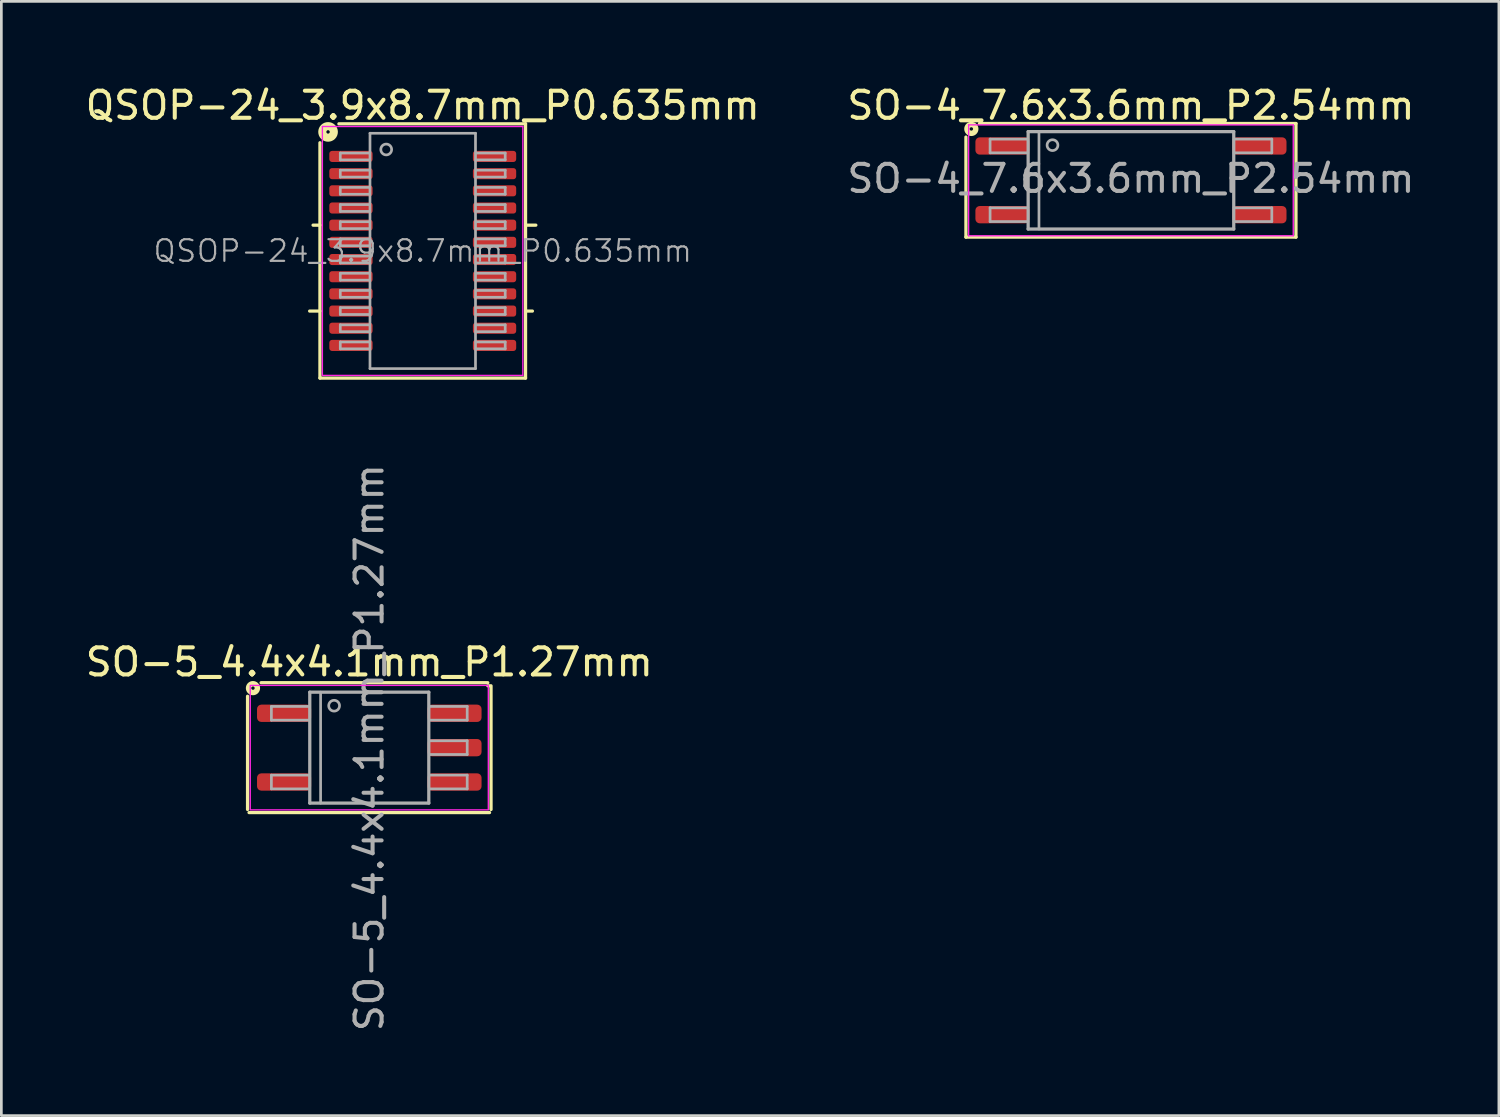
<source format=kicad_pcb>
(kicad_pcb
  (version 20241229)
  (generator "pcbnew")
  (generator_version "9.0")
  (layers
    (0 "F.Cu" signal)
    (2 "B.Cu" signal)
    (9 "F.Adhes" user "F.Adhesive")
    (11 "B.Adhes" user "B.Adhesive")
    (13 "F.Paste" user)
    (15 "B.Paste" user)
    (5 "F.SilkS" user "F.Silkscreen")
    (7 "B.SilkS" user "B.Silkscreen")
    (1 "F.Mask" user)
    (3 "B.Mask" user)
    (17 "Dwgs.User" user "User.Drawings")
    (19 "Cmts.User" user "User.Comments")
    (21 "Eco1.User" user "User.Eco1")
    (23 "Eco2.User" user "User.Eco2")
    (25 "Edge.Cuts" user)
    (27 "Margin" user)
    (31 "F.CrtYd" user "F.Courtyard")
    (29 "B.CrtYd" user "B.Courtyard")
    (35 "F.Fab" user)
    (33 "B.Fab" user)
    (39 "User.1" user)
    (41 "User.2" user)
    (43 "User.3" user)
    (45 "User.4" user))
  (footprint "QSOP-24_3.9x8.7mm_P0.635mm"
    (layer "F.Cu")
    (at 12.577 6.226)
    (property "Reference" "QSOP-24_3.9x8.7mm_P0.635mm" (at 0 -5.378 0) (layer "F.SilkS") (effects (font (size 1 1) (thickness 0.15))))
    (attr smd)
    (fp_line (start -3.8 -4) (end -3.8 4.7) (stroke (width 0.12) (type solid)) (layer "F.SilkS"))
    (fp_line (start -3.8 -0.953) (end -4.054 -0.953) (stroke (width 0.12) (type solid)) (layer "F.SilkS"))
    (fp_line (start -3.8 2.223) (end -4.181 2.223) (stroke (width 0.12) (type solid)) (layer "F.SilkS"))
    (fp_line (start -3.8 4.7) (end 3.8 4.7) (stroke (width 0.12) (type solid)) (layer "F.SilkS"))
    (fp_line (start 3.8 -4.7) (end -3.1 -4.7) (stroke (width 0.12) (type solid)) (layer "F.SilkS"))
    (fp_line (start 3.8 -0.953) (end 4.181 -0.953) (stroke (width 0.12) (type solid)) (layer "F.SilkS"))
    (fp_line (start 3.8 2.223) (end 4.054 2.223) (stroke (width 0.12) (type solid)) (layer "F.SilkS"))
    (fp_line (start 3.8 4.7) (end 3.8 -4.7) (stroke (width 0.12) (type solid)) (layer "F.SilkS"))
    (fp_circle (center -3.5 -4.4) (end -3.437 -4.4) (stroke (width 0.3) (type solid)) (fill no) (layer "F.SilkS"))
    (fp_line (start -3.71 -4.6) (end -3.71 4.6) (stroke (width 0.05) (type solid)) (layer "F.CrtYd"))
    (fp_line (start -3.71 -4.6) (end 3.7 -4.6) (stroke (width 0.05) (type solid)) (layer "F.CrtYd"))
    (fp_line (start -3.71 4.6) (end 3.7 4.6) (stroke (width 0.05) (type solid)) (layer "F.CrtYd"))
    (fp_line (start 3.7 -4.6) (end 3.7 4.6) (stroke (width 0.05) (type solid)) (layer "F.CrtYd"))
    (fp_line (start -3.048 -3.619) (end -3.048 -3.365) (stroke (width 0.1) (type solid)) (layer "F.Fab"))
    (fp_line (start -3.048 -3.619) (end -1.968 -3.619) (stroke (width 0.1) (type solid)) (layer "F.Fab"))
    (fp_line (start -3.048 -3.365) (end -1.968 -3.365) (stroke (width 0.1) (type solid)) (layer "F.Fab"))
    (fp_line (start -3.048 -2.985) (end -3.048 -2.731) (stroke (width 0.1) (type solid)) (layer "F.Fab"))
    (fp_line (start -3.048 -2.985) (end -1.968 -2.985) (stroke (width 0.1) (type solid)) (layer "F.Fab"))
    (fp_line (start -3.048 -2.731) (end -1.968 -2.731) (stroke (width 0.1) (type solid)) (layer "F.Fab"))
    (fp_line (start -3.048 -2.349) (end -3.048 -2.095) (stroke (width 0.1) (type solid)) (layer "F.Fab"))
    (fp_line (start -3.048 -2.349) (end -1.968 -2.349) (stroke (width 0.1) (type solid)) (layer "F.Fab"))
    (fp_line (start -3.048 -2.095) (end -1.968 -2.095) (stroke (width 0.1) (type solid)) (layer "F.Fab"))
    (fp_line (start -3.048 -1.714) (end -3.048 -1.46) (stroke (width 0.1) (type solid)) (layer "F.Fab"))
    (fp_line (start -3.048 -1.714) (end -1.968 -1.714) (stroke (width 0.1) (type solid)) (layer "F.Fab"))
    (fp_line (start -3.048 -1.46) (end -1.968 -1.46) (stroke (width 0.1) (type solid)) (layer "F.Fab"))
    (fp_line (start -3.048 -1.079) (end -3.048 -0.826) (stroke (width 0.1) (type solid)) (layer "F.Fab"))
    (fp_line (start -3.048 -1.079) (end -1.968 -1.079) (stroke (width 0.1) (type solid)) (layer "F.Fab"))
    (fp_line (start -3.048 -0.826) (end -1.968 -0.826) (stroke (width 0.1) (type solid)) (layer "F.Fab"))
    (fp_line (start -3.048 -0.445) (end -3.048 -0.191) (stroke (width 0.1) (type solid)) (layer "F.Fab"))
    (fp_line (start -3.048 -0.445) (end -1.968 -0.445) (stroke (width 0.1) (type solid)) (layer "F.Fab"))
    (fp_line (start -3.048 -0.191) (end -1.968 -0.191) (stroke (width 0.1) (type solid)) (layer "F.Fab"))
    (fp_line (start -3.048 0.191) (end -3.048 0.445) (stroke (width 0.1) (type solid)) (layer "F.Fab"))
    (fp_line (start -3.048 0.191) (end -1.968 0.191) (stroke (width 0.1) (type solid)) (layer "F.Fab"))
    (fp_line (start -3.048 0.445) (end -1.968 0.445) (stroke (width 0.1) (type solid)) (layer "F.Fab"))
    (fp_line (start -3.048 0.826) (end -3.048 1.079) (stroke (width 0.1) (type solid)) (layer "F.Fab"))
    (fp_line (start -3.048 0.826) (end -1.968 0.826) (stroke (width 0.1) (type solid)) (layer "F.Fab"))
    (fp_line (start -3.048 1.079) (end -1.968 1.079) (stroke (width 0.1) (type solid)) (layer "F.Fab"))
    (fp_line (start -3.048 1.46) (end -3.048 1.714) (stroke (width 0.1) (type solid)) (layer "F.Fab"))
    (fp_line (start -3.048 1.46) (end -1.968 1.46) (stroke (width 0.1) (type solid)) (layer "F.Fab"))
    (fp_line (start -3.048 1.714) (end -1.968 1.714) (stroke (width 0.1) (type solid)) (layer "F.Fab"))
    (fp_line (start -3.048 2.095) (end -3.048 2.349) (stroke (width 0.1) (type solid)) (layer "F.Fab"))
    (fp_line (start -3.048 2.095) (end -1.968 2.095) (stroke (width 0.1) (type solid)) (layer "F.Fab"))
    (fp_line (start -3.048 2.349) (end -1.968 2.349) (stroke (width 0.1) (type solid)) (layer "F.Fab"))
    (fp_line (start -3.048 2.731) (end -3.048 2.985) (stroke (width 0.1) (type solid)) (layer "F.Fab"))
    (fp_line (start -3.048 2.731) (end -1.968 2.731) (stroke (width 0.1) (type solid)) (layer "F.Fab"))
    (fp_line (start -3.048 2.985) (end -1.968 2.985) (stroke (width 0.1) (type solid)) (layer "F.Fab"))
    (fp_line (start -3.048 3.365) (end -3.048 3.619) (stroke (width 0.1) (type solid)) (layer "F.Fab"))
    (fp_line (start -3.048 3.365) (end -1.968 3.365) (stroke (width 0.1) (type solid)) (layer "F.Fab"))
    (fp_line (start -3.048 3.619) (end -1.968 3.619) (stroke (width 0.1) (type solid)) (layer "F.Fab"))
    (fp_line (start -1.95 -4.35) (end 1.95 -4.35) (stroke (width 0.1) (type solid)) (layer "F.Fab"))
    (fp_line (start -1.95 4.35) (end -1.95 -4.35) (stroke (width 0.1) (type solid)) (layer "F.Fab"))
    (fp_line (start 1.95 -4.35) (end 1.95 4.35) (stroke (width 0.1) (type solid)) (layer "F.Fab"))
    (fp_line (start 1.95 4.35) (end -1.95 4.35) (stroke (width 0.1) (type solid)) (layer "F.Fab"))
    (fp_line (start 3.048 -3.619) (end 1.968 -3.619) (stroke (width 0.1) (type solid)) (layer "F.Fab"))
    (fp_line (start 3.048 -3.365) (end 1.968 -3.365) (stroke (width 0.1) (type solid)) (layer "F.Fab"))
    (fp_line (start 3.048 -3.365) (end 3.048 -3.619) (stroke (width 0.1) (type solid)) (layer "F.Fab"))
    (fp_line (start 3.048 -2.985) (end 1.968 -2.985) (stroke (width 0.1) (type solid)) (layer "F.Fab"))
    (fp_line (start 3.048 -2.731) (end 1.968 -2.731) (stroke (width 0.1) (type solid)) (layer "F.Fab"))
    (fp_line (start 3.048 -2.731) (end 3.048 -2.985) (stroke (width 0.1) (type solid)) (layer "F.Fab"))
    (fp_line (start 3.048 -2.349) (end 1.968 -2.349) (stroke (width 0.1) (type solid)) (layer "F.Fab"))
    (fp_line (start 3.048 -2.095) (end 1.968 -2.095) (stroke (width 0.1) (type solid)) (layer "F.Fab"))
    (fp_line (start 3.048 -2.095) (end 3.048 -2.349) (stroke (width 0.1) (type solid)) (layer "F.Fab"))
    (fp_line (start 3.048 -1.714) (end 1.968 -1.714) (stroke (width 0.1) (type solid)) (layer "F.Fab"))
    (fp_line (start 3.048 -1.46) (end 1.968 -1.46) (stroke (width 0.1) (type solid)) (layer "F.Fab"))
    (fp_line (start 3.048 -1.46) (end 3.048 -1.714) (stroke (width 0.1) (type solid)) (layer "F.Fab"))
    (fp_line (start 3.048 -1.079) (end 1.968 -1.079) (stroke (width 0.1) (type solid)) (layer "F.Fab"))
    (fp_line (start 3.048 -0.826) (end 1.968 -0.826) (stroke (width 0.1) (type solid)) (layer "F.Fab"))
    (fp_line (start 3.048 -0.826) (end 3.048 -1.079) (stroke (width 0.1) (type solid)) (layer "F.Fab"))
    (fp_line (start 3.048 -0.445) (end 1.968 -0.445) (stroke (width 0.1) (type solid)) (layer "F.Fab"))
    (fp_line (start 3.048 -0.191) (end 1.968 -0.191) (stroke (width 0.1) (type solid)) (layer "F.Fab"))
    (fp_line (start 3.048 -0.191) (end 3.048 -0.445) (stroke (width 0.1) (type solid)) (layer "F.Fab"))
    (fp_line (start 3.048 0.191) (end 1.968 0.191) (stroke (width 0.1) (type solid)) (layer "F.Fab"))
    (fp_line (start 3.048 0.445) (end 1.968 0.445) (stroke (width 0.1) (type solid)) (layer "F.Fab"))
    (fp_line (start 3.048 0.445) (end 3.048 0.191) (stroke (width 0.1) (type solid)) (layer "F.Fab"))
    (fp_line (start 3.048 0.826) (end 1.968 0.826) (stroke (width 0.1) (type solid)) (layer "F.Fab"))
    (fp_line (start 3.048 1.079) (end 1.968 1.079) (stroke (width 0.1) (type solid)) (layer "F.Fab"))
    (fp_line (start 3.048 1.079) (end 3.048 0.826) (stroke (width 0.1) (type solid)) (layer "F.Fab"))
    (fp_line (start 3.048 1.46) (end 1.968 1.46) (stroke (width 0.1) (type solid)) (layer "F.Fab"))
    (fp_line (start 3.048 1.714) (end 1.968 1.714) (stroke (width 0.1) (type solid)) (layer "F.Fab"))
    (fp_line (start 3.048 1.714) (end 3.048 1.46) (stroke (width 0.1) (type solid)) (layer "F.Fab"))
    (fp_line (start 3.048 2.095) (end 1.968 2.095) (stroke (width 0.1) (type solid)) (layer "F.Fab"))
    (fp_line (start 3.048 2.349) (end 1.968 2.349) (stroke (width 0.1) (type solid)) (layer "F.Fab"))
    (fp_line (start 3.048 2.349) (end 3.048 2.095) (stroke (width 0.1) (type solid)) (layer "F.Fab"))
    (fp_line (start 3.048 2.731) (end 1.968 2.731) (stroke (width 0.1) (type solid)) (layer "F.Fab"))
    (fp_line (start 3.048 2.985) (end 1.968 2.985) (stroke (width 0.1) (type solid)) (layer "F.Fab"))
    (fp_line (start 3.048 2.985) (end 3.048 2.731) (stroke (width 0.1) (type solid)) (layer "F.Fab"))
    (fp_line (start 3.048 3.365) (end 1.968 3.365) (stroke (width 0.1) (type solid)) (layer "F.Fab"))
    (fp_line (start 3.048 3.619) (end 1.968 3.619) (stroke (width 0.1) (type solid)) (layer "F.Fab"))
    (fp_line (start 3.048 3.619) (end 3.048 3.365) (stroke (width 0.1) (type solid)) (layer "F.Fab"))
    (fp_circle (center -1.35 -3.75) (end -1.15 -3.75) (stroke (width 0.1) (type solid)) (fill no) (layer "F.Fab"))
    (fp_text user "${REFERENCE}" (at 0 0 0) (layer "F.Fab") (effects (font (size 0.8 0.8) (thickness 0.08))))
    (pad "1" smd roundrect (at -2.654 -3.493) (size 1.6 0.41) (layers "F.Cu" "F.Mask" "F.Paste") (roundrect_rratio 0.25))
    (pad "2" smd roundrect (at -2.654 -2.857) (size 1.6 0.41) (layers "F.Cu" "F.Mask" "F.Paste") (roundrect_rratio 0.25))
    (pad "3" smd roundrect (at -2.654 -2.223) (size 1.6 0.41) (layers "F.Cu" "F.Mask" "F.Paste") (roundrect_rratio 0.25))
    (pad "4" smd roundrect (at -2.654 -1.587) (size 1.6 0.41) (layers "F.Cu" "F.Mask" "F.Paste") (roundrect_rratio 0.25))
    (pad "5" smd roundrect (at -2.654 -0.953) (size 1.6 0.41) (layers "F.Cu" "F.Mask" "F.Paste") (roundrect_rratio 0.25))
    (pad "6" smd roundrect (at -2.654 -0.318) (size 1.6 0.41) (layers "F.Cu" "F.Mask" "F.Paste") (roundrect_rratio 0.25))
    (pad "7" smd roundrect (at -2.654 0.318) (size 1.6 0.41) (layers "F.Cu" "F.Mask" "F.Paste") (roundrect_rratio 0.25))
    (pad "8" smd roundrect (at -2.654 0.953) (size 1.6 0.41) (layers "F.Cu" "F.Mask" "F.Paste") (roundrect_rratio 0.25))
    (pad "9" smd roundrect (at -2.654 1.587) (size 1.6 0.41) (layers "F.Cu" "F.Mask" "F.Paste") (roundrect_rratio 0.25))
    (pad "10" smd roundrect (at -2.654 2.223) (size 1.6 0.41) (layers "F.Cu" "F.Mask" "F.Paste") (roundrect_rratio 0.25))
    (pad "11" smd roundrect (at -2.654 2.857) (size 1.6 0.41) (layers "F.Cu" "F.Mask" "F.Paste") (roundrect_rratio 0.25))
    (pad "12" smd roundrect (at -2.654 3.493) (size 1.6 0.41) (layers "F.Cu" "F.Mask" "F.Paste") (roundrect_rratio 0.25))
    (pad "13" smd roundrect (at 2.654 3.493) (size 1.6 0.41) (layers "F.Cu" "F.Mask" "F.Paste") (roundrect_rratio 0.25))
    (pad "14" smd roundrect (at 2.654 2.857) (size 1.6 0.41) (layers "F.Cu" "F.Mask" "F.Paste") (roundrect_rratio 0.25))
    (pad "15" smd roundrect (at 2.654 2.223) (size 1.6 0.41) (layers "F.Cu" "F.Mask" "F.Paste") (roundrect_rratio 0.25))
    (pad "16" smd roundrect (at 2.654 1.587) (size 1.6 0.41) (layers "F.Cu" "F.Mask" "F.Paste") (roundrect_rratio 0.25))
    (pad "17" smd roundrect (at 2.654 0.953) (size 1.6 0.41) (layers "F.Cu" "F.Mask" "F.Paste") (roundrect_rratio 0.25))
    (pad "18" smd roundrect (at 2.654 0.318) (size 1.6 0.41) (layers "F.Cu" "F.Mask" "F.Paste") (roundrect_rratio 0.25))
    (pad "19" smd roundrect (at 2.654 -0.318) (size 1.6 0.41) (layers "F.Cu" "F.Mask" "F.Paste") (roundrect_rratio 0.25))
    (pad "20" smd roundrect (at 2.654 -0.953) (size 1.6 0.41) (layers "F.Cu" "F.Mask" "F.Paste") (roundrect_rratio 0.25))
    (pad "21" smd roundrect (at 2.654 -1.587) (size 1.6 0.41) (layers "F.Cu" "F.Mask" "F.Paste") (roundrect_rratio 0.25))
    (pad "22" smd roundrect (at 2.654 -2.223) (size 1.6 0.41) (layers "F.Cu" "F.Mask" "F.Paste") (roundrect_rratio 0.25))
    (pad "23" smd roundrect (at 2.654 -2.857) (size 1.6 0.41) (layers "F.Cu" "F.Mask" "F.Paste") (roundrect_rratio 0.25))
    (pad "24" smd roundrect (at 2.654 -3.493) (size 1.6 0.41) (layers "F.Cu" "F.Mask" "F.Paste") (roundrect_rratio 0.25)))
  (footprint "SO-4_7.6x3.6mm_P2.54mm"
    (layer "F.Cu")
    (at 38.756 3.616)
    (property "Reference" "SO-4_7.6x3.6mm_P2.54mm" (at 0 -2.768 0) (layer "F.SilkS") (effects (font (size 1 1) (thickness 0.15))))
    (attr smd)
    (fp_line (start -6.1 -1.6) (end -6.1 2.1) (stroke (width 0.12) (type solid)) (layer "F.SilkS"))
    (fp_line (start -6.1 2.1) (end 6.1 2.1) (stroke (width 0.12) (type solid)) (layer "F.SilkS"))
    (fp_line (start 6.1 -2.1) (end -5.6 -2.1) (stroke (width 0.12) (type solid)) (layer "F.SilkS"))
    (fp_line (start 6.1 2.1) (end 6.1 -2.1) (stroke (width 0.12) (type solid)) (layer "F.SilkS"))
    (fp_circle (center -5.9 -1.9) (end -5.837 -1.9) (stroke (width 0.2) (type solid)) (fill no) (layer "F.SilkS"))
    (fp_line (start -6 -2.05) (end -6 2.05) (stroke (width 0.05) (type solid)) (layer "F.CrtYd"))
    (fp_line (start -6 -2.05) (end 6 -2.05) (stroke (width 0.05) (type solid)) (layer "F.CrtYd"))
    (fp_line (start 6 2.05) (end -6 2.05) (stroke (width 0.05) (type solid)) (layer "F.CrtYd"))
    (fp_line (start 6 2.05) (end 6 -2.05) (stroke (width 0.05) (type solid)) (layer "F.CrtYd"))
    (fp_line (start -5.207 -1.524) (end -5.207 -1.016) (stroke (width 0.1) (type solid)) (layer "F.Fab"))
    (fp_line (start -5.207 -1.524) (end -3.81 -1.524) (stroke (width 0.1) (type solid)) (layer "F.Fab"))
    (fp_line (start -5.207 -1.016) (end -3.81 -1.016) (stroke (width 0.1) (type solid)) (layer "F.Fab"))
    (fp_line (start -5.207 1.016) (end -5.207 1.524) (stroke (width 0.1) (type solid)) (layer "F.Fab"))
    (fp_line (start -5.207 1.016) (end -3.81 1.016) (stroke (width 0.1) (type solid)) (layer "F.Fab"))
    (fp_line (start -5.207 1.524) (end -3.81 1.524) (stroke (width 0.1) (type solid)) (layer "F.Fab"))
    (fp_line (start -3.8 -1.8) (end 3.8 -1.8) (stroke (width 0.12) (type solid)) (layer "F.Fab"))
    (fp_line (start -3.8 1.8) (end -3.8 -1.8) (stroke (width 0.12) (type solid)) (layer "F.Fab"))
    (fp_line (start -3.4 -1.8) (end -3.4 1.8) (stroke (width 0.1) (type solid)) (layer "F.Fab"))
    (fp_line (start 3.8 -1.8) (end 3.8 1.8) (stroke (width 0.12) (type solid)) (layer "F.Fab"))
    (fp_line (start 3.8 1.8) (end -3.8 1.8) (stroke (width 0.12) (type solid)) (layer "F.Fab"))
    (fp_line (start 5.207 -1.524) (end 3.81 -1.524) (stroke (width 0.1) (type solid)) (layer "F.Fab"))
    (fp_line (start 5.207 -1.016) (end 3.81 -1.016) (stroke (width 0.1) (type solid)) (layer "F.Fab"))
    (fp_line (start 5.207 -1.016) (end 5.207 -1.524) (stroke (width 0.1) (type solid)) (layer "F.Fab"))
    (fp_line (start 5.207 1.016) (end 3.81 1.016) (stroke (width 0.1) (type solid)) (layer "F.Fab"))
    (fp_line (start 5.207 1.524) (end 3.81 1.524) (stroke (width 0.1) (type solid)) (layer "F.Fab"))
    (fp_line (start 5.207 1.524) (end 5.207 1.016) (stroke (width 0.1) (type solid)) (layer "F.Fab"))
    (fp_circle (center -2.9 -1.3) (end -2.7 -1.3) (stroke (width 0.1) (type solid)) (fill no) (layer "F.Fab"))
    (fp_text user "${REFERENCE}" (at 0 -0.065 0) (layer "F.Fab") (effects (font (size 1 1) (thickness 0.15))))
    (pad "1" smd roundrect (at -4.75 -1.27) (size 2 0.64) (layers "F.Cu" "F.Mask" "F.Paste") (roundrect_rratio 0.25))
    (pad "2" smd roundrect (at -4.75 1.27) (size 2 0.64) (layers "F.Cu" "F.Mask" "F.Paste") (roundrect_rratio 0.25))
    (pad "3" smd roundrect (at 4.75 1.27) (size 2 0.64) (layers "F.Cu" "F.Mask" "F.Paste") (roundrect_rratio 0.25))
    (pad "4" smd roundrect (at 4.75 -1.27) (size 2 0.64) (layers "F.Cu" "F.Mask" "F.Paste") (roundrect_rratio 0.25)))
  (footprint "SO-5_4.4x4.1mm_P1.27mm"
    (layer "F.Cu")
    (at 10.601 24.587)
    (property "Reference" "SO-5_4.4x4.1mm_P1.27mm" (at 0 -3.162 0) (layer "F.SilkS") (effects (font (size 1 1) (thickness 0.15))))
    (attr smd)
    (fp_line (start -4.5 2.286) (end -4.5 -1.9) (stroke (width 0.12) (type solid)) (layer "F.SilkS"))
    (fp_line (start -4 -2.4) (end 4.381 -2.4) (stroke (width 0.12) (type solid)) (layer "F.SilkS"))
    (fp_line (start 4.381 -2.286) (end 4.445 -2.286) (stroke (width 0.12) (type solid)) (layer "F.SilkS"))
    (fp_line (start 4.445 2.4) (end -4.445 2.4) (stroke (width 0.12) (type solid)) (layer "F.SilkS"))
    (fp_line (start 4.5 -2.286) (end 4.5 2.286) (stroke (width 0.12) (type solid)) (layer "F.SilkS"))
    (fp_circle (center -4.3 -2.2) (end -4.237 -2.2) (stroke (width 0.2) (type solid)) (fill no) (layer "F.SilkS"))
    (fp_rect (start -4.4 -2.3) (end 4.4 2.3) (stroke (width 0.05) (type solid)) (fill no) (layer "F.CrtYd"))
    (fp_line (start -3.619 -1.524) (end -3.619 -1.016) (stroke (width 0.1) (type solid)) (layer "F.Fab"))
    (fp_line (start -3.619 -1.524) (end -2.223 -1.524) (stroke (width 0.1) (type solid)) (layer "F.Fab"))
    (fp_line (start -3.619 -1.016) (end -2.223 -1.016) (stroke (width 0.1) (type solid)) (layer "F.Fab"))
    (fp_line (start -3.619 1.016) (end -3.619 1.524) (stroke (width 0.1) (type solid)) (layer "F.Fab"))
    (fp_line (start -3.619 1.016) (end -2.223 1.016) (stroke (width 0.1) (type solid)) (layer "F.Fab"))
    (fp_line (start -3.619 1.524) (end -2.223 1.524) (stroke (width 0.1) (type solid)) (layer "F.Fab"))
    (fp_line (start -2.2 -2.05) (end 2.2 -2.05) (stroke (width 0.12) (type solid)) (layer "F.Fab"))
    (fp_line (start -2.2 2.05) (end -2.2 -2.05) (stroke (width 0.12) (type solid)) (layer "F.Fab"))
    (fp_line (start -1.8 -2.05) (end -1.8 2.05) (stroke (width 0.1) (type solid)) (layer "F.Fab"))
    (fp_line (start 2.2 -2.05) (end 2.2 2.05) (stroke (width 0.12) (type solid)) (layer "F.Fab"))
    (fp_line (start 2.2 2.05) (end -2.2 2.05) (stroke (width 0.12) (type solid)) (layer "F.Fab"))
    (fp_line (start 3.619 -1.524) (end 2.223 -1.524) (stroke (width 0.1) (type solid)) (layer "F.Fab"))
    (fp_line (start 3.619 -1.016) (end 2.223 -1.016) (stroke (width 0.1) (type solid)) (layer "F.Fab"))
    (fp_line (start 3.619 -1.016) (end 3.619 -1.524) (stroke (width 0.1) (type solid)) (layer "F.Fab"))
    (fp_line (start 3.619 -0.254) (end 2.223 -0.254) (stroke (width 0.1) (type solid)) (layer "F.Fab"))
    (fp_line (start 3.619 0.254) (end 2.223 0.254) (stroke (width 0.1) (type solid)) (layer "F.Fab"))
    (fp_line (start 3.619 0.254) (end 3.619 -0.254) (stroke (width 0.1) (type solid)) (layer "F.Fab"))
    (fp_line (start 3.619 1.016) (end 2.223 1.016) (stroke (width 0.1) (type solid)) (layer "F.Fab"))
    (fp_line (start 3.619 1.524) (end 2.223 1.524) (stroke (width 0.1) (type solid)) (layer "F.Fab"))
    (fp_line (start 3.619 1.524) (end 3.619 1.016) (stroke (width 0.1) (type solid)) (layer "F.Fab"))
    (fp_circle (center -1.3 -1.55) (end -1.1 -1.55) (stroke (width 0.1) (type solid)) (fill no) (layer "F.Fab"))
    (fp_text user "${REFERENCE}" (at 0 0 90) (layer "F.Fab") (effects (font (size 1 1) (thickness 0.15))))
    (pad "1" smd roundrect (at -3.15 -1.27) (size 2 0.64) (layers "F.Cu" "F.Mask" "F.Paste") (roundrect_rratio 0.25))
    (pad "3" smd roundrect (at -3.15 1.27) (size 2 0.64) (layers "F.Cu" "F.Mask" "F.Paste") (roundrect_rratio 0.25))
    (pad "4" smd roundrect (at 3.15 1.27) (size 2 0.64) (layers "F.Cu" "F.Mask" "F.Paste") (roundrect_rratio 0.25))
    (pad "5" smd roundrect (at 3.15 0) (size 2 0.64) (layers "F.Cu" "F.Mask" "F.Paste") (roundrect_rratio 0.25))
    (pad "6" smd roundrect (at 3.15 -1.27) (size 2 0.64) (layers "F.Cu" "F.Mask" "F.Paste") (roundrect_rratio 0.25)))
  (gr_rect
    (start -3 -3)
    (end 52.357 38.189)
    (stroke (width 0.1) (type default))
    (fill no)
    (layer "Edge.Cuts")))
</source>
